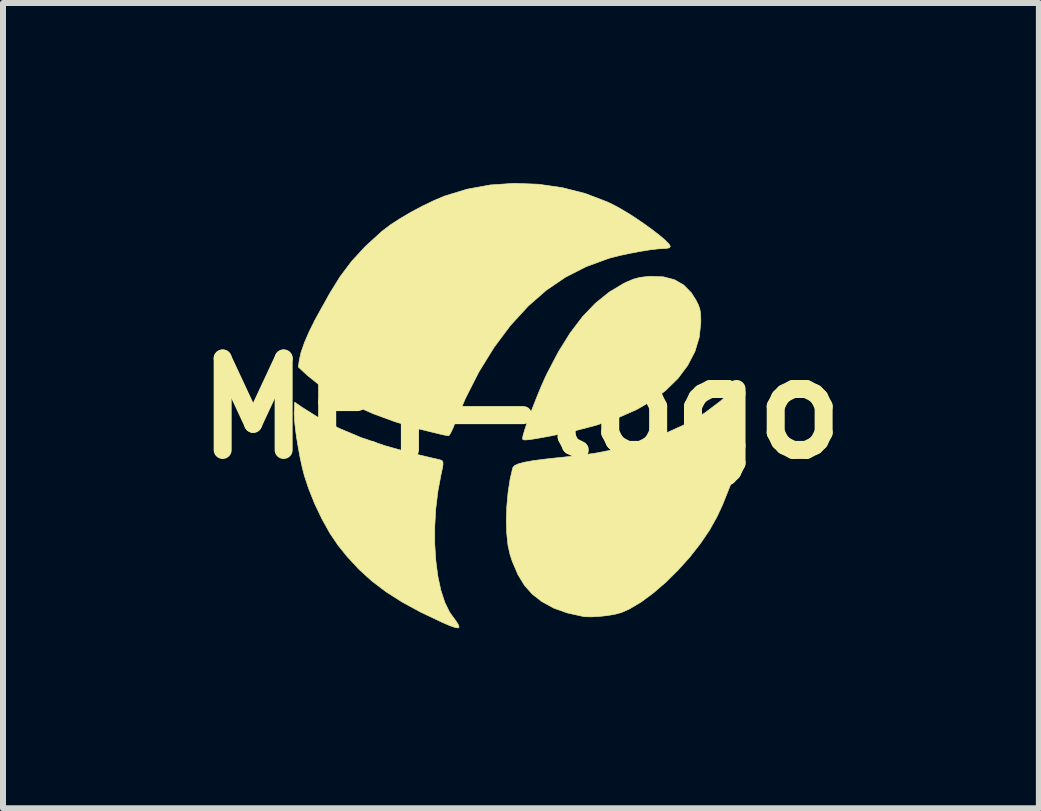
<source format=kicad_pcb>
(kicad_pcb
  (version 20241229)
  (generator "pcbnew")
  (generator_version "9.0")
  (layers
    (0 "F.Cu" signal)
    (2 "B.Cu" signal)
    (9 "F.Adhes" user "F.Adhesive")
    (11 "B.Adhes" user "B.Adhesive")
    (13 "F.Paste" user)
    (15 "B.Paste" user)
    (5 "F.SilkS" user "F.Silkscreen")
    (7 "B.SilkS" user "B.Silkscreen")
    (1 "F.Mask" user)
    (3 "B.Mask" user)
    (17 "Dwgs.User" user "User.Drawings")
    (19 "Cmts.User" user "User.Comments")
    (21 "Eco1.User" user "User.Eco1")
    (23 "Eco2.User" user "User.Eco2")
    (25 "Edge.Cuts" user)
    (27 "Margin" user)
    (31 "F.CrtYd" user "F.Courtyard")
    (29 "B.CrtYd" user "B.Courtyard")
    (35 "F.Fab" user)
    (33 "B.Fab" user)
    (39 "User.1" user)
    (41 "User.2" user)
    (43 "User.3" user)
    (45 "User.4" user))
  (footprint "MEI-logo"
    (layer "F.Cu")
    (at 5.632 3.759)
    (property "Reference" "MEI-logo" (at 0 0 0) (layer "F.SilkS") (effects (font (size 1.524 1.524) (thickness 0.3))))
    (attr through_hole)
    (fp_poly (pts (xy 2.373 -2.196) (xy 2.557 -2.148) (xy 2.711 -2.06) (xy 2.839 -1.93) (xy 2.916 -1.808) (xy 2.957 -1.727) (xy 2.981 -1.658) (xy 2.993 -1.583) (xy 2.997 -1.482) (xy 2.997 -1.438) (xy 2.972 -1.192) (xy 2.899 -0.951) (xy 2.779 -0.72) (xy 2.615 -0.501) (xy 2.408 -0.299) (xy 2.197 -0.139) (xy 1.928 0.016) (xy 1.612 0.155) (xy 1.249 0.279) (xy 0.838 0.386) (xy 0.506 0.454) (xy 0.339 0.485) (xy 0.215 0.506) (xy 0.129 0.519) (xy 0.073 0.523) (xy 0.041 0.52) (xy 0.028 0.511) (xy 0.025 0.5) (xy 0.035 0.446) (xy 0.062 0.355) (xy 0.102 0.234) (xy 0.153 0.093) (xy 0.212 -0.06) (xy 0.274 -0.217) (xy 0.337 -0.369) (xy 0.398 -0.507) (xy 0.432 -0.579) (xy 0.623 -0.944) (xy 0.82 -1.26) (xy 1.025 -1.53) (xy 1.241 -1.756) (xy 1.469 -1.94) (xy 1.71 -2.085) (xy 1.769 -2.113) (xy 1.88 -2.159) (xy 1.983 -2.186) (xy 2.102 -2.2) (xy 2.159 -2.204) (xy 2.373 -2.196)) (stroke (width 0.01) (type solid)) (fill yes) (layer "F.SilkS"))
    (fp_poly (pts (xy -3.645 -0.019) (xy -3.351 0.165) (xy -3.026 0.331) (xy -2.667 0.482) (xy -2.269 0.618) (xy -1.829 0.742) (xy -1.353 0.853) (xy -1.319 0.864) (xy -1.302 0.886) (xy -1.299 0.929) (xy -1.311 1.002) (xy -1.332 1.097) (xy -1.385 1.38) (xy -1.42 1.671) (xy -1.437 1.965) (xy -1.437 2.254) (xy -1.419 2.532) (xy -1.386 2.791) (xy -1.336 3.024) (xy -1.271 3.226) (xy -1.192 3.388) (xy -1.156 3.44) (xy -1.102 3.513) (xy -1.058 3.578) (xy -1.043 3.604) (xy -1.031 3.641) (xy -1.048 3.656) (xy -1.099 3.648) (xy -1.187 3.617) (xy -1.315 3.562) (xy -1.321 3.559) (xy -1.67 3.393) (xy -1.976 3.227) (xy -2.245 3.056) (xy -2.484 2.875) (xy -2.7 2.679) (xy -2.9 2.463) (xy -3.052 2.273) (xy -3.185 2.076) (xy -3.315 1.842) (xy -3.437 1.588) (xy -3.541 1.327) (xy -3.61 1.118) (xy -3.645 0.982) (xy -3.68 0.821) (xy -3.712 0.647) (xy -3.741 0.473) (xy -3.762 0.311) (xy -3.776 0.172) (xy -3.78 0.069) (xy -3.779 0.061) (xy -3.772 -0.107) (xy -3.645 -0.019)) (stroke (width 0.01) (type solid)) (fill yes) (layer "F.SilkS"))
    (fp_poly (pts (xy 3.669 -0.326) (xy 3.683 -0.239) (xy 3.687 -0.16) (xy 3.689 0.22) (xy 3.66 0.574) (xy 3.598 0.915) (xy 3.499 1.253) (xy 3.361 1.6) (xy 3.264 1.808) (xy 3.14 2.029) (xy 2.986 2.255) (xy 2.81 2.479) (xy 2.616 2.694) (xy 2.413 2.895) (xy 2.206 3.073) (xy 2.002 3.224) (xy 1.807 3.34) (xy 1.673 3.399) (xy 1.574 3.426) (xy 1.444 3.449) (xy 1.304 3.464) (xy 1.171 3.471) (xy 1.064 3.468) (xy 1.041 3.465) (xy 0.772 3.406) (xy 0.543 3.324) (xy 0.347 3.216) (xy 0.19 3.094) (xy 0.061 2.95) (xy -0.049 2.77) (xy -0.144 2.548) (xy -0.181 2.437) (xy -0.217 2.278) (xy -0.237 2.083) (xy -0.244 1.863) (xy -0.236 1.63) (xy -0.215 1.397) (xy -0.181 1.175) (xy -0.136 0.984) (xy -0.109 0.951) (xy -0.044 0.921) (xy 0.061 0.893) (xy 0.209 0.867) (xy 0.403 0.842) (xy 0.546 0.826) (xy 0.776 0.802) (xy 0.964 0.781) (xy 1.121 0.76) (xy 1.256 0.74) (xy 1.379 0.717) (xy 1.498 0.692) (xy 1.575 0.674) (xy 2.012 0.554) (xy 2.404 0.414) (xy 2.753 0.255) (xy 3.061 0.074) (xy 3.33 -0.129) (xy 3.446 -0.236) (xy 3.538 -0.321) (xy 3.602 -0.365) (xy 3.644 -0.367) (xy 3.669 -0.326)) (stroke (width 0.01) (type solid)) (fill yes) (layer "F.SilkS"))
    (fp_poly (pts (xy 0.29 -3.739) (xy 0.688 -3.682) (xy 1.073 -3.584) (xy 1.438 -3.444) (xy 1.554 -3.388) (xy 1.673 -3.323) (xy 1.805 -3.244) (xy 1.941 -3.155) (xy 2.076 -3.062) (xy 2.203 -2.969) (xy 2.315 -2.882) (xy 2.404 -2.806) (xy 2.465 -2.745) (xy 2.489 -2.705) (xy 2.489 -2.703) (xy 2.47 -2.678) (xy 2.409 -2.668) (xy 2.381 -2.667) (xy 2.278 -2.661) (xy 2.139 -2.644) (xy 1.978 -2.618) (xy 1.81 -2.586) (xy 1.647 -2.551) (xy 1.504 -2.515) (xy 1.458 -2.502) (xy 1.085 -2.365) (xy 0.742 -2.19) (xy 0.424 -1.974) (xy 0.123 -1.711) (xy 0.118 -1.706) (xy -0.177 -1.384) (xy -0.451 -1.017) (xy -0.702 -0.61) (xy -0.928 -0.165) (xy -1.096 0.234) (xy -1.135 0.33) (xy -1.171 0.405) (xy -1.198 0.447) (xy -1.206 0.454) (xy -1.247 0.447) (xy -1.312 0.434) (xy -1.321 0.432) (xy -1.717 0.336) (xy -2.097 0.22) (xy -2.455 0.089) (xy -2.786 -0.056) (xy -3.083 -0.213) (xy -3.341 -0.378) (xy -3.555 -0.549) (xy -3.561 -0.554) (xy -3.71 -0.693) (xy -3.694 -0.81) (xy -3.664 -0.941) (xy -3.607 -1.103) (xy -3.528 -1.286) (xy -3.431 -1.48) (xy -3.393 -1.549) (xy -3.329 -1.665) (xy -3.265 -1.779) (xy -3.212 -1.875) (xy -3.188 -1.918) (xy -3.014 -2.2) (xy -2.819 -2.458) (xy -2.594 -2.702) (xy -2.33 -2.943) (xy -2.3 -2.968) (xy -2.173 -3.064) (xy -2.011 -3.169) (xy -1.826 -3.277) (xy -1.632 -3.38) (xy -1.442 -3.471) (xy -1.27 -3.543) (xy -0.9 -3.656) (xy -0.511 -3.727) (xy -0.112 -3.754) (xy 0.29 -3.739)) (stroke (width 0.01) (type solid)) (fill yes) (layer "F.SilkS")))
  (gr_rect
    (start -3 -3)
    (end 14.263 10.42)
    (stroke (width 0.1) (type default))
    (fill no)
    (layer "Edge.Cuts")))
</source>
